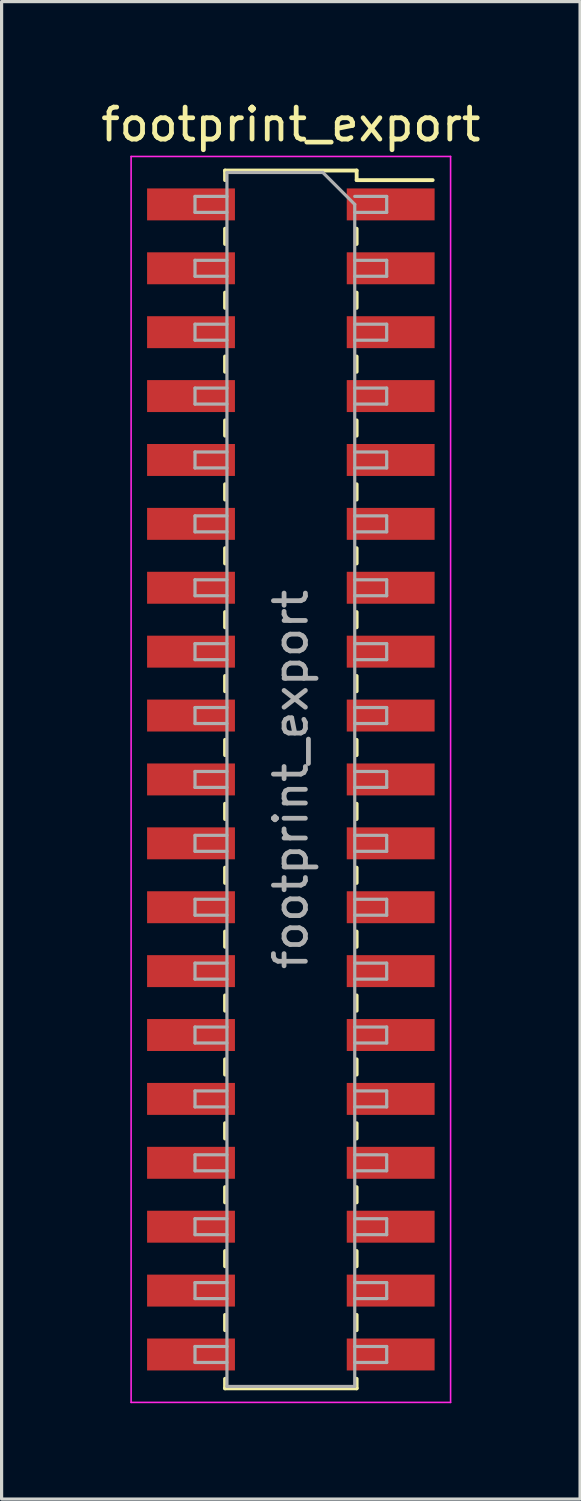
<source format=kicad_pcb>
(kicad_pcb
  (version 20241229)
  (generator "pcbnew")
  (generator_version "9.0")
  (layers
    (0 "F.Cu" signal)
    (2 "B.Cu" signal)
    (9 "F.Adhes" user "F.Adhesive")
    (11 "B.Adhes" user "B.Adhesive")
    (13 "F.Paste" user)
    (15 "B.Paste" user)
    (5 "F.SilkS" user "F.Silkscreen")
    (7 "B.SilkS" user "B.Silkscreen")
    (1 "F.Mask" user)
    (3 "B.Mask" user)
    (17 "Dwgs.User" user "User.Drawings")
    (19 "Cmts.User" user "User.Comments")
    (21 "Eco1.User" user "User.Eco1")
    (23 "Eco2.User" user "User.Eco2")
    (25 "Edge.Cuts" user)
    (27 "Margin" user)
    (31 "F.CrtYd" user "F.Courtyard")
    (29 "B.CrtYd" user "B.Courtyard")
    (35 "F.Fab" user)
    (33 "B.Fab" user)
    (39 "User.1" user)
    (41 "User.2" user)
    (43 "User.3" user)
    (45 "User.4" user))
  (footprint "footprint_export"
    (layer "F.Cu")
    (at 6.054 21.348)
    (property "Reference" "footprint_export" (at 0 -20.5 0) (layer "F.SilkS") (effects (font (size 1 1) (thickness 0.15))))
    (attr smd)
    (fp_line (start -2.06 -19.06) (end -2.06 -18.76) (stroke (width 0.12) (type solid)) (layer "F.SilkS"))
    (fp_line (start -2.06 -19.06) (end 2.06 -19.06) (stroke (width 0.12) (type solid)) (layer "F.SilkS"))
    (fp_line (start -2.06 -17.24) (end -2.06 -16.76) (stroke (width 0.12) (type solid)) (layer "F.SilkS"))
    (fp_line (start -2.06 -15.24) (end -2.06 -14.76) (stroke (width 0.12) (type solid)) (layer "F.SilkS"))
    (fp_line (start -2.06 -13.24) (end -2.06 -12.76) (stroke (width 0.12) (type solid)) (layer "F.SilkS"))
    (fp_line (start -2.06 -11.24) (end -2.06 -10.76) (stroke (width 0.12) (type solid)) (layer "F.SilkS"))
    (fp_line (start -2.06 -9.24) (end -2.06 -8.76) (stroke (width 0.12) (type solid)) (layer "F.SilkS"))
    (fp_line (start -2.06 -7.24) (end -2.06 -6.76) (stroke (width 0.12) (type solid)) (layer "F.SilkS"))
    (fp_line (start -2.06 -5.24) (end -2.06 -4.76) (stroke (width 0.12) (type solid)) (layer "F.SilkS"))
    (fp_line (start -2.06 -3.24) (end -2.06 -2.76) (stroke (width 0.12) (type solid)) (layer "F.SilkS"))
    (fp_line (start -2.06 -1.24) (end -2.06 -0.76) (stroke (width 0.12) (type solid)) (layer "F.SilkS"))
    (fp_line (start -2.06 0.76) (end -2.06 1.24) (stroke (width 0.12) (type solid)) (layer "F.SilkS"))
    (fp_line (start -2.06 2.76) (end -2.06 3.24) (stroke (width 0.12) (type solid)) (layer "F.SilkS"))
    (fp_line (start -2.06 4.76) (end -2.06 5.24) (stroke (width 0.12) (type solid)) (layer "F.SilkS"))
    (fp_line (start -2.06 6.76) (end -2.06 7.24) (stroke (width 0.12) (type solid)) (layer "F.SilkS"))
    (fp_line (start -2.06 8.76) (end -2.06 9.24) (stroke (width 0.12) (type solid)) (layer "F.SilkS"))
    (fp_line (start -2.06 10.76) (end -2.06 11.24) (stroke (width 0.12) (type solid)) (layer "F.SilkS"))
    (fp_line (start -2.06 12.76) (end -2.06 13.24) (stroke (width 0.12) (type solid)) (layer "F.SilkS"))
    (fp_line (start -2.06 14.76) (end -2.06 15.24) (stroke (width 0.12) (type solid)) (layer "F.SilkS"))
    (fp_line (start -2.06 16.76) (end -2.06 17.24) (stroke (width 0.12) (type solid)) (layer "F.SilkS"))
    (fp_line (start -2.06 18.76) (end -2.06 19.06) (stroke (width 0.12) (type solid)) (layer "F.SilkS"))
    (fp_line (start -2.06 19.06) (end 2.06 19.06) (stroke (width 0.12) (type solid)) (layer "F.SilkS"))
    (fp_line (start 2.06 -19.06) (end 2.06 -18.76) (stroke (width 0.12) (type solid)) (layer "F.SilkS"))
    (fp_line (start 2.06 -18.76) (end 4.44 -18.76) (stroke (width 0.12) (type solid)) (layer "F.SilkS"))
    (fp_line (start 2.06 -17.24) (end 2.06 -16.76) (stroke (width 0.12) (type solid)) (layer "F.SilkS"))
    (fp_line (start 2.06 -15.24) (end 2.06 -14.76) (stroke (width 0.12) (type solid)) (layer "F.SilkS"))
    (fp_line (start 2.06 -13.24) (end 2.06 -12.76) (stroke (width 0.12) (type solid)) (layer "F.SilkS"))
    (fp_line (start 2.06 -11.24) (end 2.06 -10.76) (stroke (width 0.12) (type solid)) (layer "F.SilkS"))
    (fp_line (start 2.06 -9.24) (end 2.06 -8.76) (stroke (width 0.12) (type solid)) (layer "F.SilkS"))
    (fp_line (start 2.06 -7.24) (end 2.06 -6.76) (stroke (width 0.12) (type solid)) (layer "F.SilkS"))
    (fp_line (start 2.06 -5.24) (end 2.06 -4.76) (stroke (width 0.12) (type solid)) (layer "F.SilkS"))
    (fp_line (start 2.06 -3.24) (end 2.06 -2.76) (stroke (width 0.12) (type solid)) (layer "F.SilkS"))
    (fp_line (start 2.06 -1.24) (end 2.06 -0.76) (stroke (width 0.12) (type solid)) (layer "F.SilkS"))
    (fp_line (start 2.06 0.76) (end 2.06 1.24) (stroke (width 0.12) (type solid)) (layer "F.SilkS"))
    (fp_line (start 2.06 2.76) (end 2.06 3.24) (stroke (width 0.12) (type solid)) (layer "F.SilkS"))
    (fp_line (start 2.06 4.76) (end 2.06 5.24) (stroke (width 0.12) (type solid)) (layer "F.SilkS"))
    (fp_line (start 2.06 6.76) (end 2.06 7.24) (stroke (width 0.12) (type solid)) (layer "F.SilkS"))
    (fp_line (start 2.06 8.76) (end 2.06 9.24) (stroke (width 0.12) (type solid)) (layer "F.SilkS"))
    (fp_line (start 2.06 10.76) (end 2.06 11.24) (stroke (width 0.12) (type solid)) (layer "F.SilkS"))
    (fp_line (start 2.06 12.76) (end 2.06 13.24) (stroke (width 0.12) (type solid)) (layer "F.SilkS"))
    (fp_line (start 2.06 14.76) (end 2.06 15.24) (stroke (width 0.12) (type solid)) (layer "F.SilkS"))
    (fp_line (start 2.06 16.76) (end 2.06 17.24) (stroke (width 0.12) (type solid)) (layer "F.SilkS"))
    (fp_line (start 2.06 18.76) (end 2.06 19.06) (stroke (width 0.12) (type solid)) (layer "F.SilkS"))
    (fp_line (start -5 -19.5) (end 5 -19.5) (stroke (width 0.05) (type solid)) (layer "F.CrtYd"))
    (fp_line (start -5 19.5) (end -5 -19.5) (stroke (width 0.05) (type solid)) (layer "F.CrtYd"))
    (fp_line (start 5 -19.5) (end 5 19.5) (stroke (width 0.05) (type solid)) (layer "F.CrtYd"))
    (fp_line (start 5 19.5) (end -5 19.5) (stroke (width 0.05) (type solid)) (layer "F.CrtYd"))
    (fp_line (start -3 -18.25) (end -2 -18.25) (stroke (width 0.1) (type solid)) (layer "F.Fab"))
    (fp_line (start -3 -17.75) (end -3 -18.25) (stroke (width 0.1) (type solid)) (layer "F.Fab"))
    (fp_line (start -3 -16.25) (end -2 -16.25) (stroke (width 0.1) (type solid)) (layer "F.Fab"))
    (fp_line (start -3 -15.75) (end -3 -16.25) (stroke (width 0.1) (type solid)) (layer "F.Fab"))
    (fp_line (start -3 -14.25) (end -2 -14.25) (stroke (width 0.1) (type solid)) (layer "F.Fab"))
    (fp_line (start -3 -13.75) (end -3 -14.25) (stroke (width 0.1) (type solid)) (layer "F.Fab"))
    (fp_line (start -3 -12.25) (end -2 -12.25) (stroke (width 0.1) (type solid)) (layer "F.Fab"))
    (fp_line (start -3 -11.75) (end -3 -12.25) (stroke (width 0.1) (type solid)) (layer "F.Fab"))
    (fp_line (start -3 -10.25) (end -2 -10.25) (stroke (width 0.1) (type solid)) (layer "F.Fab"))
    (fp_line (start -3 -9.75) (end -3 -10.25) (stroke (width 0.1) (type solid)) (layer "F.Fab"))
    (fp_line (start -3 -8.25) (end -2 -8.25) (stroke (width 0.1) (type solid)) (layer "F.Fab"))
    (fp_line (start -3 -7.75) (end -3 -8.25) (stroke (width 0.1) (type solid)) (layer "F.Fab"))
    (fp_line (start -3 -6.25) (end -2 -6.25) (stroke (width 0.1) (type solid)) (layer "F.Fab"))
    (fp_line (start -3 -5.75) (end -3 -6.25) (stroke (width 0.1) (type solid)) (layer "F.Fab"))
    (fp_line (start -3 -4.25) (end -2 -4.25) (stroke (width 0.1) (type solid)) (layer "F.Fab"))
    (fp_line (start -3 -3.75) (end -3 -4.25) (stroke (width 0.1) (type solid)) (layer "F.Fab"))
    (fp_line (start -3 -2.25) (end -2 -2.25) (stroke (width 0.1) (type solid)) (layer "F.Fab"))
    (fp_line (start -3 -1.75) (end -3 -2.25) (stroke (width 0.1) (type solid)) (layer "F.Fab"))
    (fp_line (start -3 -0.25) (end -2 -0.25) (stroke (width 0.1) (type solid)) (layer "F.Fab"))
    (fp_line (start -3 0.25) (end -3 -0.25) (stroke (width 0.1) (type solid)) (layer "F.Fab"))
    (fp_line (start -3 1.75) (end -2 1.75) (stroke (width 0.1) (type solid)) (layer "F.Fab"))
    (fp_line (start -3 2.25) (end -3 1.75) (stroke (width 0.1) (type solid)) (layer "F.Fab"))
    (fp_line (start -3 3.75) (end -2 3.75) (stroke (width 0.1) (type solid)) (layer "F.Fab"))
    (fp_line (start -3 4.25) (end -3 3.75) (stroke (width 0.1) (type solid)) (layer "F.Fab"))
    (fp_line (start -3 5.75) (end -2 5.75) (stroke (width 0.1) (type solid)) (layer "F.Fab"))
    (fp_line (start -3 6.25) (end -3 5.75) (stroke (width 0.1) (type solid)) (layer "F.Fab"))
    (fp_line (start -3 7.75) (end -2 7.75) (stroke (width 0.1) (type solid)) (layer "F.Fab"))
    (fp_line (start -3 8.25) (end -3 7.75) (stroke (width 0.1) (type solid)) (layer "F.Fab"))
    (fp_line (start -3 9.75) (end -2 9.75) (stroke (width 0.1) (type solid)) (layer "F.Fab"))
    (fp_line (start -3 10.25) (end -3 9.75) (stroke (width 0.1) (type solid)) (layer "F.Fab"))
    (fp_line (start -3 11.75) (end -2 11.75) (stroke (width 0.1) (type solid)) (layer "F.Fab"))
    (fp_line (start -3 12.25) (end -3 11.75) (stroke (width 0.1) (type solid)) (layer "F.Fab"))
    (fp_line (start -3 13.75) (end -2 13.75) (stroke (width 0.1) (type solid)) (layer "F.Fab"))
    (fp_line (start -3 14.25) (end -3 13.75) (stroke (width 0.1) (type solid)) (layer "F.Fab"))
    (fp_line (start -3 15.75) (end -2 15.75) (stroke (width 0.1) (type solid)) (layer "F.Fab"))
    (fp_line (start -3 16.25) (end -3 15.75) (stroke (width 0.1) (type solid)) (layer "F.Fab"))
    (fp_line (start -3 17.75) (end -2 17.75) (stroke (width 0.1) (type solid)) (layer "F.Fab"))
    (fp_line (start -3 18.25) (end -3 17.75) (stroke (width 0.1) (type solid)) (layer "F.Fab"))
    (fp_line (start -2 -19) (end 1 -19) (stroke (width 0.1) (type solid)) (layer "F.Fab"))
    (fp_line (start -2 -17.75) (end -3 -17.75) (stroke (width 0.1) (type solid)) (layer "F.Fab"))
    (fp_line (start -2 -15.75) (end -3 -15.75) (stroke (width 0.1) (type solid)) (layer "F.Fab"))
    (fp_line (start -2 -13.75) (end -3 -13.75) (stroke (width 0.1) (type solid)) (layer "F.Fab"))
    (fp_line (start -2 -11.75) (end -3 -11.75) (stroke (width 0.1) (type solid)) (layer "F.Fab"))
    (fp_line (start -2 -9.75) (end -3 -9.75) (stroke (width 0.1) (type solid)) (layer "F.Fab"))
    (fp_line (start -2 -7.75) (end -3 -7.75) (stroke (width 0.1) (type solid)) (layer "F.Fab"))
    (fp_line (start -2 -5.75) (end -3 -5.75) (stroke (width 0.1) (type solid)) (layer "F.Fab"))
    (fp_line (start -2 -3.75) (end -3 -3.75) (stroke (width 0.1) (type solid)) (layer "F.Fab"))
    (fp_line (start -2 -1.75) (end -3 -1.75) (stroke (width 0.1) (type solid)) (layer "F.Fab"))
    (fp_line (start -2 0.25) (end -3 0.25) (stroke (width 0.1) (type solid)) (layer "F.Fab"))
    (fp_line (start -2 2.25) (end -3 2.25) (stroke (width 0.1) (type solid)) (layer "F.Fab"))
    (fp_line (start -2 4.25) (end -3 4.25) (stroke (width 0.1) (type solid)) (layer "F.Fab"))
    (fp_line (start -2 6.25) (end -3 6.25) (stroke (width 0.1) (type solid)) (layer "F.Fab"))
    (fp_line (start -2 8.25) (end -3 8.25) (stroke (width 0.1) (type solid)) (layer "F.Fab"))
    (fp_line (start -2 10.25) (end -3 10.25) (stroke (width 0.1) (type solid)) (layer "F.Fab"))
    (fp_line (start -2 12.25) (end -3 12.25) (stroke (width 0.1) (type solid)) (layer "F.Fab"))
    (fp_line (start -2 14.25) (end -3 14.25) (stroke (width 0.1) (type solid)) (layer "F.Fab"))
    (fp_line (start -2 16.25) (end -3 16.25) (stroke (width 0.1) (type solid)) (layer "F.Fab"))
    (fp_line (start -2 18.25) (end -3 18.25) (stroke (width 0.1) (type solid)) (layer "F.Fab"))
    (fp_line (start -2 19) (end -2 -19) (stroke (width 0.1) (type solid)) (layer "F.Fab"))
    (fp_line (start 1 -19) (end 2 -18) (stroke (width 0.1) (type solid)) (layer "F.Fab"))
    (fp_line (start 2 -18.25) (end 3 -18.25) (stroke (width 0.1) (type solid)) (layer "F.Fab"))
    (fp_line (start 2 -18) (end 2 19) (stroke (width 0.1) (type solid)) (layer "F.Fab"))
    (fp_line (start 2 -16.25) (end 3 -16.25) (stroke (width 0.1) (type solid)) (layer "F.Fab"))
    (fp_line (start 2 -14.25) (end 3 -14.25) (stroke (width 0.1) (type solid)) (layer "F.Fab"))
    (fp_line (start 2 -12.25) (end 3 -12.25) (stroke (width 0.1) (type solid)) (layer "F.Fab"))
    (fp_line (start 2 -10.25) (end 3 -10.25) (stroke (width 0.1) (type solid)) (layer "F.Fab"))
    (fp_line (start 2 -8.25) (end 3 -8.25) (stroke (width 0.1) (type solid)) (layer "F.Fab"))
    (fp_line (start 2 -6.25) (end 3 -6.25) (stroke (width 0.1) (type solid)) (layer "F.Fab"))
    (fp_line (start 2 -4.25) (end 3 -4.25) (stroke (width 0.1) (type solid)) (layer "F.Fab"))
    (fp_line (start 2 -2.25) (end 3 -2.25) (stroke (width 0.1) (type solid)) (layer "F.Fab"))
    (fp_line (start 2 -0.25) (end 3 -0.25) (stroke (width 0.1) (type solid)) (layer "F.Fab"))
    (fp_line (start 2 1.75) (end 3 1.75) (stroke (width 0.1) (type solid)) (layer "F.Fab"))
    (fp_line (start 2 3.75) (end 3 3.75) (stroke (width 0.1) (type solid)) (layer "F.Fab"))
    (fp_line (start 2 5.75) (end 3 5.75) (stroke (width 0.1) (type solid)) (layer "F.Fab"))
    (fp_line (start 2 7.75) (end 3 7.75) (stroke (width 0.1) (type solid)) (layer "F.Fab"))
    (fp_line (start 2 9.75) (end 3 9.75) (stroke (width 0.1) (type solid)) (layer "F.Fab"))
    (fp_line (start 2 11.75) (end 3 11.75) (stroke (width 0.1) (type solid)) (layer "F.Fab"))
    (fp_line (start 2 13.75) (end 3 13.75) (stroke (width 0.1) (type solid)) (layer "F.Fab"))
    (fp_line (start 2 15.75) (end 3 15.75) (stroke (width 0.1) (type solid)) (layer "F.Fab"))
    (fp_line (start 2 17.75) (end 3 17.75) (stroke (width 0.1) (type solid)) (layer "F.Fab"))
    (fp_line (start 2 19) (end -2 19) (stroke (width 0.1) (type solid)) (layer "F.Fab"))
    (fp_line (start 3 -18.25) (end 3 -17.75) (stroke (width 0.1) (type solid)) (layer "F.Fab"))
    (fp_line (start 3 -17.75) (end 2 -17.75) (stroke (width 0.1) (type solid)) (layer "F.Fab"))
    (fp_line (start 3 -16.25) (end 3 -15.75) (stroke (width 0.1) (type solid)) (layer "F.Fab"))
    (fp_line (start 3 -15.75) (end 2 -15.75) (stroke (width 0.1) (type solid)) (layer "F.Fab"))
    (fp_line (start 3 -14.25) (end 3 -13.75) (stroke (width 0.1) (type solid)) (layer "F.Fab"))
    (fp_line (start 3 -13.75) (end 2 -13.75) (stroke (width 0.1) (type solid)) (layer "F.Fab"))
    (fp_line (start 3 -12.25) (end 3 -11.75) (stroke (width 0.1) (type solid)) (layer "F.Fab"))
    (fp_line (start 3 -11.75) (end 2 -11.75) (stroke (width 0.1) (type solid)) (layer "F.Fab"))
    (fp_line (start 3 -10.25) (end 3 -9.75) (stroke (width 0.1) (type solid)) (layer "F.Fab"))
    (fp_line (start 3 -9.75) (end 2 -9.75) (stroke (width 0.1) (type solid)) (layer "F.Fab"))
    (fp_line (start 3 -8.25) (end 3 -7.75) (stroke (width 0.1) (type solid)) (layer "F.Fab"))
    (fp_line (start 3 -7.75) (end 2 -7.75) (stroke (width 0.1) (type solid)) (layer "F.Fab"))
    (fp_line (start 3 -6.25) (end 3 -5.75) (stroke (width 0.1) (type solid)) (layer "F.Fab"))
    (fp_line (start 3 -5.75) (end 2 -5.75) (stroke (width 0.1) (type solid)) (layer "F.Fab"))
    (fp_line (start 3 -4.25) (end 3 -3.75) (stroke (width 0.1) (type solid)) (layer "F.Fab"))
    (fp_line (start 3 -3.75) (end 2 -3.75) (stroke (width 0.1) (type solid)) (layer "F.Fab"))
    (fp_line (start 3 -2.25) (end 3 -1.75) (stroke (width 0.1) (type solid)) (layer "F.Fab"))
    (fp_line (start 3 -1.75) (end 2 -1.75) (stroke (width 0.1) (type solid)) (layer "F.Fab"))
    (fp_line (start 3 -0.25) (end 3 0.25) (stroke (width 0.1) (type solid)) (layer "F.Fab"))
    (fp_line (start 3 0.25) (end 2 0.25) (stroke (width 0.1) (type solid)) (layer "F.Fab"))
    (fp_line (start 3 1.75) (end 3 2.25) (stroke (width 0.1) (type solid)) (layer "F.Fab"))
    (fp_line (start 3 2.25) (end 2 2.25) (stroke (width 0.1) (type solid)) (layer "F.Fab"))
    (fp_line (start 3 3.75) (end 3 4.25) (stroke (width 0.1) (type solid)) (layer "F.Fab"))
    (fp_line (start 3 4.25) (end 2 4.25) (stroke (width 0.1) (type solid)) (layer "F.Fab"))
    (fp_line (start 3 5.75) (end 3 6.25) (stroke (width 0.1) (type solid)) (layer "F.Fab"))
    (fp_line (start 3 6.25) (end 2 6.25) (stroke (width 0.1) (type solid)) (layer "F.Fab"))
    (fp_line (start 3 7.75) (end 3 8.25) (stroke (width 0.1) (type solid)) (layer "F.Fab"))
    (fp_line (start 3 8.25) (end 2 8.25) (stroke (width 0.1) (type solid)) (layer "F.Fab"))
    (fp_line (start 3 9.75) (end 3 10.25) (stroke (width 0.1) (type solid)) (layer "F.Fab"))
    (fp_line (start 3 10.25) (end 2 10.25) (stroke (width 0.1) (type solid)) (layer "F.Fab"))
    (fp_line (start 3 11.75) (end 3 12.25) (stroke (width 0.1) (type solid)) (layer "F.Fab"))
    (fp_line (start 3 12.25) (end 2 12.25) (stroke (width 0.1) (type solid)) (layer "F.Fab"))
    (fp_line (start 3 13.75) (end 3 14.25) (stroke (width 0.1) (type solid)) (layer "F.Fab"))
    (fp_line (start 3 14.25) (end 2 14.25) (stroke (width 0.1) (type solid)) (layer "F.Fab"))
    (fp_line (start 3 15.75) (end 3 16.25) (stroke (width 0.1) (type solid)) (layer "F.Fab"))
    (fp_line (start 3 16.25) (end 2 16.25) (stroke (width 0.1) (type solid)) (layer "F.Fab"))
    (fp_line (start 3 17.75) (end 3 18.25) (stroke (width 0.1) (type solid)) (layer "F.Fab"))
    (fp_line (start 3 18.25) (end 2 18.25) (stroke (width 0.1) (type solid)) (layer "F.Fab"))
    (fp_text user "${REFERENCE}" (at 0 0 90) (layer "F.Fab") (effects (font (size 1 1) (thickness 0.15))))
    (pad "1" smd rect (at 3.125 -18) (size 2.75 1) (layers "F.Cu" "F.Mask" "F.Paste"))
    (pad "2" smd rect (at -3.125 -18) (size 2.75 1) (layers "F.Cu" "F.Mask" "F.Paste"))
    (pad "3" smd rect (at 3.125 -16) (size 2.75 1) (layers "F.Cu" "F.Mask" "F.Paste"))
    (pad "4" smd rect (at -3.125 -16) (size 2.75 1) (layers "F.Cu" "F.Mask" "F.Paste"))
    (pad "5" smd rect (at 3.125 -14) (size 2.75 1) (layers "F.Cu" "F.Mask" "F.Paste"))
    (pad "6" smd rect (at -3.125 -14) (size 2.75 1) (layers "F.Cu" "F.Mask" "F.Paste"))
    (pad "7" smd rect (at 3.125 -12) (size 2.75 1) (layers "F.Cu" "F.Mask" "F.Paste"))
    (pad "8" smd rect (at -3.125 -12) (size 2.75 1) (layers "F.Cu" "F.Mask" "F.Paste"))
    (pad "9" smd rect (at 3.125 -10) (size 2.75 1) (layers "F.Cu" "F.Mask" "F.Paste"))
    (pad "10" smd rect (at -3.125 -10) (size 2.75 1) (layers "F.Cu" "F.Mask" "F.Paste"))
    (pad "11" smd rect (at 3.125 -8) (size 2.75 1) (layers "F.Cu" "F.Mask" "F.Paste"))
    (pad "12" smd rect (at -3.125 -8) (size 2.75 1) (layers "F.Cu" "F.Mask" "F.Paste"))
    (pad "13" smd rect (at 3.125 -6) (size 2.75 1) (layers "F.Cu" "F.Mask" "F.Paste"))
    (pad "14" smd rect (at -3.125 -6) (size 2.75 1) (layers "F.Cu" "F.Mask" "F.Paste"))
    (pad "15" smd rect (at 3.125 -4) (size 2.75 1) (layers "F.Cu" "F.Mask" "F.Paste"))
    (pad "16" smd rect (at -3.125 -4) (size 2.75 1) (layers "F.Cu" "F.Mask" "F.Paste"))
    (pad "17" smd rect (at 3.125 -2) (size 2.75 1) (layers "F.Cu" "F.Mask" "F.Paste"))
    (pad "18" smd rect (at -3.125 -2) (size 2.75 1) (layers "F.Cu" "F.Mask" "F.Paste"))
    (pad "19" smd rect (at 3.125 0) (size 2.75 1) (layers "F.Cu" "F.Mask" "F.Paste"))
    (pad "20" smd rect (at -3.125 0) (size 2.75 1) (layers "F.Cu" "F.Mask" "F.Paste"))
    (pad "21" smd rect (at 3.125 2) (size 2.75 1) (layers "F.Cu" "F.Mask" "F.Paste"))
    (pad "22" smd rect (at -3.125 2) (size 2.75 1) (layers "F.Cu" "F.Mask" "F.Paste"))
    (pad "23" smd rect (at 3.125 4) (size 2.75 1) (layers "F.Cu" "F.Mask" "F.Paste"))
    (pad "24" smd rect (at -3.125 4) (size 2.75 1) (layers "F.Cu" "F.Mask" "F.Paste"))
    (pad "25" smd rect (at 3.125 6) (size 2.75 1) (layers "F.Cu" "F.Mask" "F.Paste"))
    (pad "26" smd rect (at -3.125 6) (size 2.75 1) (layers "F.Cu" "F.Mask" "F.Paste"))
    (pad "27" smd rect (at 3.125 8) (size 2.75 1) (layers "F.Cu" "F.Mask" "F.Paste"))
    (pad "28" smd rect (at -3.125 8) (size 2.75 1) (layers "F.Cu" "F.Mask" "F.Paste"))
    (pad "29" smd rect (at 3.125 10) (size 2.75 1) (layers "F.Cu" "F.Mask" "F.Paste"))
    (pad "30" smd rect (at -3.125 10) (size 2.75 1) (layers "F.Cu" "F.Mask" "F.Paste"))
    (pad "31" smd rect (at 3.125 12) (size 2.75 1) (layers "F.Cu" "F.Mask" "F.Paste"))
    (pad "32" smd rect (at -3.125 12) (size 2.75 1) (layers "F.Cu" "F.Mask" "F.Paste"))
    (pad "33" smd rect (at 3.125 14) (size 2.75 1) (layers "F.Cu" "F.Mask" "F.Paste"))
    (pad "34" smd rect (at -3.125 14) (size 2.75 1) (layers "F.Cu" "F.Mask" "F.Paste"))
    (pad "35" smd rect (at 3.125 16) (size 2.75 1) (layers "F.Cu" "F.Mask" "F.Paste"))
    (pad "36" smd rect (at -3.125 16) (size 2.75 1) (layers "F.Cu" "F.Mask" "F.Paste"))
    (pad "37" smd rect (at 3.125 18) (size 2.75 1) (layers "F.Cu" "F.Mask" "F.Paste"))
    (pad "38" smd rect (at -3.125 18) (size 2.75 1) (layers "F.Cu" "F.Mask" "F.Paste")))
  (gr_rect
    (start -3 -3)
    (end 15.107 43.873)
    (stroke (width 0.1) (type default))
    (fill no)
    (layer "Edge.Cuts")))
</source>
